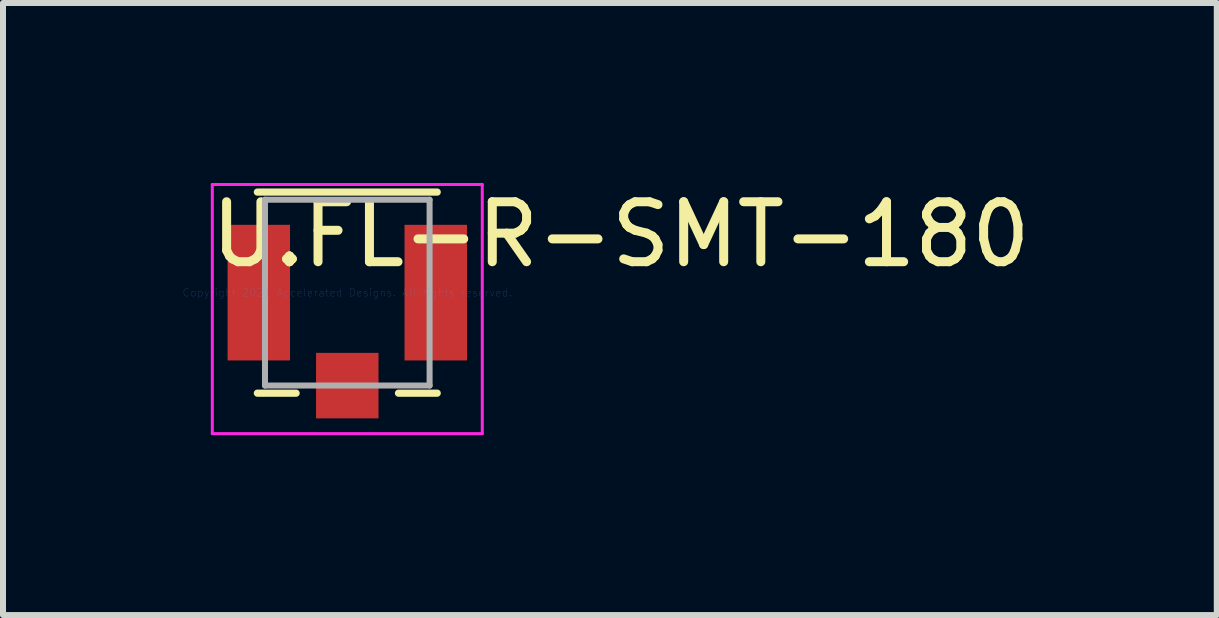
<source format=kicad_pcb>
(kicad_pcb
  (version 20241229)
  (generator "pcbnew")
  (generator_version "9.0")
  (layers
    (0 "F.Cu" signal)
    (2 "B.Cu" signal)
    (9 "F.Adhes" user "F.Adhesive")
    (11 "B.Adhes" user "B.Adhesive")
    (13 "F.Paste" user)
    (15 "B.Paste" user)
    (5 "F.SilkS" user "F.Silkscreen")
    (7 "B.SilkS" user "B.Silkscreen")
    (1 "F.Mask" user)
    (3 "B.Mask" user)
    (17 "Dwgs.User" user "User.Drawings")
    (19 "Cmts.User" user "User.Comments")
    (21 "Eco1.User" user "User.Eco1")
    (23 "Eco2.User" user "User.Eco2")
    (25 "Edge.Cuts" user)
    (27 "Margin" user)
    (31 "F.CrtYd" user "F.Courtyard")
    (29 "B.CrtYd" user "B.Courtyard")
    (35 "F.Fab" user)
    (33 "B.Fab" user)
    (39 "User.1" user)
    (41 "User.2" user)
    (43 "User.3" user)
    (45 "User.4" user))
  (footprint "U.FL-R-SMT-180"
    (layer "F.Cu")
    (at 2.739 1.828)
    (property "Reference" "U.FL-R-SMT-180" (at 4.56 -0.97 0) (layer "F.SilkS") (effects (font (size 1 1) (thickness 0.15))))
    (attr through_hole)
    (fp_line (start -1.499 1.676) (end -0.853 1.676) (stroke (width 0.12) (type solid)) (layer "F.SilkS"))
    (fp_line (start 0.853 1.676) (end 1.499 1.676) (stroke (width 0.12) (type solid)) (layer "F.SilkS"))
    (fp_line (start 1.499 -1.676) (end -1.499 -1.676) (stroke (width 0.12) (type solid)) (layer "F.SilkS"))
    (fp_line (start -2.25 -1.803) (end -2.25 2.35) (stroke (width 0.05) (type solid)) (layer "F.CrtYd"))
    (fp_line (start -2.25 2.35) (end 2.25 2.35) (stroke (width 0.05) (type solid)) (layer "F.CrtYd"))
    (fp_line (start 2.25 -1.803) (end -2.25 -1.803) (stroke (width 0.05) (type solid)) (layer "F.CrtYd"))
    (fp_line (start 2.25 2.35) (end 2.25 -1.803) (stroke (width 0.05) (type solid)) (layer "F.CrtYd"))
    (fp_line (start -1.372 -1.549) (end -1.372 1.549) (stroke (width 0.1) (type solid)) (layer "F.Fab"))
    (fp_line (start -1.372 1.549) (end 1.372 1.549) (stroke (width 0.1) (type solid)) (layer "F.Fab"))
    (fp_line (start 1.372 -1.549) (end -1.372 -1.549) (stroke (width 0.1) (type solid)) (layer "F.Fab"))
    (fp_line (start 1.372 1.549) (end 1.372 -1.549) (stroke (width 0.1) (type solid)) (layer "F.Fab"))
    (fp_text user "Copyright 2021 Accelerated Designs. All rights reserved." (at 0 0 0) (layer "Cmts.User") (effects (font (size 0.127 0.127) (thickness 0.002))))
    (pad "1" smd rect (at 0 1.55) (size 1.041 1.092) (layers "F.Cu" "F.Mask" "F.Paste"))
    (pad "2" smd rect (at -1.475 0) (size 1.041 2.261) (layers "F.Cu" "F.Mask" "F.Paste"))
    (pad "3" smd rect (at 1.475 0) (size 1.041 2.261) (layers "F.Cu" "F.Mask" "F.Paste")))
  (gr_rect
    (start -3 -3)
    (end 17.233 7.203)
    (stroke (width 0.1) (type default))
    (fill no)
    (layer "Edge.Cuts")))
</source>
